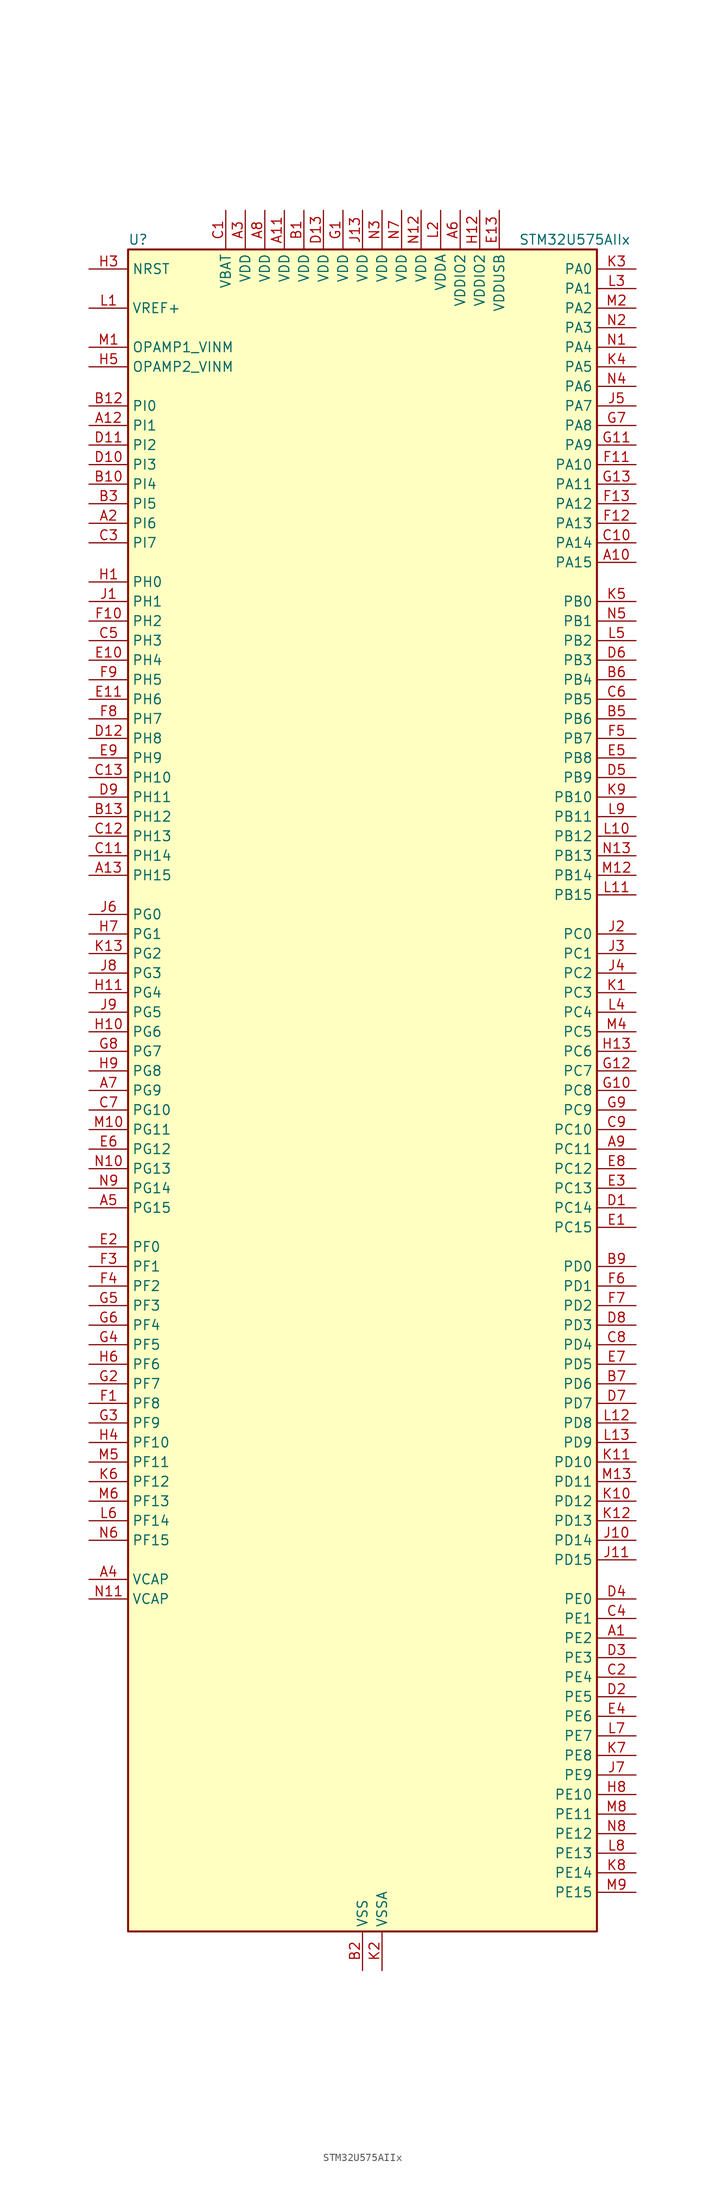
<source format=kicad_sym>
(kicad_symbol_lib
  (version 20220914)
  (generator kicad_symbol_editor)
  (symbol "STM32U575AIIx"
    (property "Reference" "U"
      (at -30.48 110.49 0)
      (effects (font (size 1.27 1.27)) (justify left)))
    (property "Value" "STM32U575AIIx"
      (at 20.32 110.49 0)
      (effects (font (size 1.27 1.27)) (justify left)))
    (property "ki_locked" ""
      (at 0 0 0)
      (effects (font (size 1.27 1.27))))
    (symbol "STM32U575AIIx_0_1"
      (rectangle (start -30.48 -109.22) (end 30.48 109.22) (stroke (width 0.254) (type default)) (fill (type background))))
    (symbol "STM32U575AIIx_1_1"
      (pin bidirectional line (at 35.56 -71.12 180) (length 5.08) (name "PE2" (effects (font (size 1.27 1.27)))) (number "A1" (effects (font (size 1.27 1.27)))) (alternate "DEBUG_TRACECLK" bidirectional line) (alternate "FMC_A23" bidirectional line) (alternate "SAI1_CK1" bidirectional line) (alternate "SAI1_MCLK_A" bidirectional line) (alternate "TIM3_ETR" bidirectional line) (alternate "TSC_G7_IO1" bidirectional line))
      (pin bidirectional line (at 35.56 68.58 180) (length 5.08) (name "PA15" (effects (font (size 1.27 1.27)))) (number "A10" (effects (font (size 1.27 1.27)))) (alternate "ADC1_EXTI15" bidirectional line) (alternate "ADC4_EXTI15" bidirectional line) (alternate "DEBUG_JTDI" bidirectional line) (alternate "SAI2_FS_B" bidirectional line) (alternate "SPI1_NSS" bidirectional line) (alternate "SPI3_NSS" bidirectional line) (alternate "TIM2_CH1" bidirectional line) (alternate "TIM2_ETR" bidirectional line) (alternate "UART4_DE" bidirectional line) (alternate "UART4_RTS" bidirectional line) (alternate "UCPD1_CC1" bidirectional line) (alternate "USART2_RX" bidirectional line) (alternate "USART3_DE" bidirectional line) (alternate "USART3_RTS" bidirectional line))
      (pin power_in line (at -10.16 114.3 270) (length 5.08) (name "VDD" (effects (font (size 1.27 1.27)))) (number "A11" (effects (font (size 1.27 1.27)))))
      (pin bidirectional line (at -35.56 86.36 0) (length 5.08) (name "PI1" (effects (font (size 1.27 1.27)))) (number "A12" (effects (font (size 1.27 1.27)))) (alternate "DCMI_D8" bidirectional line) (alternate "OCTOSPIM_P2_IO2" bidirectional line) (alternate "PSSI_D8" bidirectional line) (alternate "SPI2_SCK" bidirectional line))
      (pin bidirectional line (at -35.56 27.94 0) (length 5.08) (name "PH15" (effects (font (size 1.27 1.27)))) (number "A13" (effects (font (size 1.27 1.27)))) (alternate "ADC1_EXTI15" bidirectional line) (alternate "ADC4_EXTI15" bidirectional line) (alternate "DCMI_D11" bidirectional line) (alternate "OCTOSPIM_P2_IO6" bidirectional line) (alternate "PSSI_D11" bidirectional line) (alternate "TIM8_CH3N" bidirectional line))
      (pin bidirectional line (at -35.56 73.66 0) (length 5.08) (name "PI6" (effects (font (size 1.27 1.27)))) (number "A2" (effects (font (size 1.27 1.27)))) (alternate "DCMI_D6" bidirectional line) (alternate "OCTOSPIM_P2_CLK" bidirectional line) (alternate "PSSI_D6" bidirectional line) (alternate "TIM8_CH2" bidirectional line))
      (pin power_in line (at -15.24 114.3 270) (length 5.08) (name "VDD" (effects (font (size 1.27 1.27)))) (number "A3" (effects (font (size 1.27 1.27)))))
      (pin power_out line (at -35.56 -63.5 0) (length 5.08) (name "VCAP" (effects (font (size 1.27 1.27)))) (number "A4" (effects (font (size 1.27 1.27)))))
      (pin bidirectional line (at -35.56 -15.24 0) (length 5.08) (name "PG15" (effects (font (size 1.27 1.27)))) (number "A5" (effects (font (size 1.27 1.27)))) (alternate "ADC1_EXTI15" bidirectional line) (alternate "ADC4_EXTI15" bidirectional line) (alternate "DCMI_D13" bidirectional line) (alternate "I2C1_SMBA" bidirectional line) (alternate "LPTIM1_CH1" bidirectional line) (alternate "OCTOSPIM_P2_DQS" bidirectional line) (alternate "PSSI_D13" bidirectional line))
      (pin power_in line (at 12.7 114.3 270) (length 5.08) (name "VDDIO2" (effects (font (size 1.27 1.27)))) (number "A6" (effects (font (size 1.27 1.27)))))
      (pin bidirectional line (at -35.56 0 0) (length 5.08) (name "PG9" (effects (font (size 1.27 1.27)))) (number "A7" (effects (font (size 1.27 1.27)))) (alternate "DAC1_EXTI9" bidirectional line) (alternate "FMC_NCE" bidirectional line) (alternate "FMC_NE2" bidirectional line) (alternate "OCTOSPIM_P2_IO6" bidirectional line) (alternate "SAI2_SCK_A" bidirectional line) (alternate "SPI3_SCK" bidirectional line) (alternate "TIM15_CH1N" bidirectional line) (alternate "USART1_TX" bidirectional line))
      (pin power_in line (at -12.7 114.3 270) (length 5.08) (name "VDD" (effects (font (size 1.27 1.27)))) (number "A8" (effects (font (size 1.27 1.27)))))
      (pin bidirectional line (at 35.56 -7.62 180) (length 5.08) (name "PC11" (effects (font (size 1.27 1.27)))) (number "A9" (effects (font (size 1.27 1.27)))) (alternate "ADC1_EXTI11" bidirectional line) (alternate "ADF1_SDI0" bidirectional line) (alternate "DCMI_D2" bidirectional line) (alternate "DCMI_D4" bidirectional line) (alternate "LPTIM3_IN1" bidirectional line) (alternate "OCTOSPIM_P1_NCS" bidirectional line) (alternate "PSSI_D2" bidirectional line) (alternate "PSSI_D4" bidirectional line) (alternate "SAI2_MCLK_B" bidirectional line) (alternate "SDMMC1_D3" bidirectional line) (alternate "SPI3_MISO" bidirectional line) (alternate "TSC_G3_IO3" bidirectional line) (alternate "UART4_RX" bidirectional line) (alternate "UCPD1_FRSTX2" bidirectional line) (alternate "USART3_RX" bidirectional line))
      (pin power_in line (at -7.62 114.3 270) (length 5.08) (name "VDD" (effects (font (size 1.27 1.27)))) (number "B1" (effects (font (size 1.27 1.27)))))
      (pin bidirectional line (at -35.56 78.74 0) (length 5.08) (name "PI4" (effects (font (size 1.27 1.27)))) (number "B10" (effects (font (size 1.27 1.27)))) (alternate "DCMI_D5" bidirectional line) (alternate "PSSI_D5" bidirectional line) (alternate "SPI2_RDY" bidirectional line) (alternate "TIM8_BKIN" bidirectional line))
      (pin passive line (at 0 -114.3 90) (length 5.08) hide (name "VSS" (effects (font (size 1.27 1.27)))) (number "B11" (effects (font (size 1.27 1.27)))))
      (pin bidirectional line (at -35.56 88.9 0) (length 5.08) (name "PI0" (effects (font (size 1.27 1.27)))) (number "B12" (effects (font (size 1.27 1.27)))) (alternate "DCMI_D13" bidirectional line) (alternate "OCTOSPIM_P1_IO5" bidirectional line) (alternate "PSSI_D13" bidirectional line) (alternate "SPI2_NSS" bidirectional line) (alternate "TIM5_CH4" bidirectional line))
      (pin bidirectional line (at -35.56 35.56 0) (length 5.08) (name "PH12" (effects (font (size 1.27 1.27)))) (number "B13" (effects (font (size 1.27 1.27)))) (alternate "DCMI_D3" bidirectional line) (alternate "OCTOSPIM_P2_IO7" bidirectional line) (alternate "PSSI_D3" bidirectional line) (alternate "TIM5_CH3" bidirectional line) (alternate "TIM8_CH4N" bidirectional line))
      (pin power_in line (at 0 -114.3 90) (length 5.08) (name "VSS" (effects (font (size 1.27 1.27)))) (number "B2" (effects (font (size 1.27 1.27)))))
      (pin bidirectional line (at -35.56 76.2 0) (length 5.08) (name "PI5" (effects (font (size 1.27 1.27)))) (number "B3" (effects (font (size 1.27 1.27)))) (alternate "DCMI_VSYNC" bidirectional line) (alternate "OCTOSPIM_P2_NCS" bidirectional line) (alternate "PSSI_RDY" bidirectional line) (alternate "TIM8_CH1" bidirectional line))
      (pin passive line (at 0 -114.3 90) (length 5.08) hide (name "VSS" (effects (font (size 1.27 1.27)))) (number "B4" (effects (font (size 1.27 1.27)))))
      (pin bidirectional line (at 35.56 48.26 180) (length 5.08) (name "PB6" (effects (font (size 1.27 1.27)))) (number "B5" (effects (font (size 1.27 1.27)))) (alternate "COMP2_INP" bidirectional line) (alternate "DCMI_D5" bidirectional line) (alternate "I2C1_SCL" bidirectional line) (alternate "I2C4_SCL" bidirectional line) (alternate "LPTIM1_ETR" bidirectional line) (alternate "MDF1_SDI5" bidirectional line) (alternate "PSSI_D5" bidirectional line) (alternate "PWR_WKUP3" bidirectional line) (alternate "SAI1_FS_B" bidirectional line) (alternate "TIM16_CH1N" bidirectional line) (alternate "TIM4_CH1" bidirectional line) (alternate "TIM8_BKIN2" bidirectional line) (alternate "TSC_G2_IO3" bidirectional line) (alternate "USART1_TX" bidirectional line))
      (pin bidirectional line (at 35.56 53.34 180) (length 5.08) (name "PB4" (effects (font (size 1.27 1.27)))) (number "B6" (effects (font (size 1.27 1.27)))) (alternate "ADF1_SDI0" bidirectional line) (alternate "COMP2_INP" bidirectional line) (alternate "DCMI_D12" bidirectional line) (alternate "DEBUG_JTRST" bidirectional line) (alternate "I2C3_SDA" bidirectional line) (alternate "LPTIM1_CH2" bidirectional line) (alternate "PSSI_D12" bidirectional line) (alternate "SAI1_MCLK_B" bidirectional line) (alternate "SDMMC2_D3" bidirectional line) (alternate "SPI1_MISO" bidirectional line) (alternate "SPI3_MISO" bidirectional line) (alternate "TIM17_BKIN" bidirectional line) (alternate "TIM3_CH1" bidirectional line) (alternate "TSC_G2_IO1" bidirectional line) (alternate "UART5_DE" bidirectional line) (alternate "UART5_RTS" bidirectional line) (alternate "USART1_CTS" bidirectional line))
      (pin bidirectional line (at 35.56 -38.1 180) (length 5.08) (name "PD6" (effects (font (size 1.27 1.27)))) (number "B7" (effects (font (size 1.27 1.27)))) (alternate "DCMI_D10" bidirectional line) (alternate "FMC_NWAIT" bidirectional line) (alternate "MDF1_SDI1" bidirectional line) (alternate "OCTOSPIM_P1_IO6" bidirectional line) (alternate "PSSI_D10" bidirectional line) (alternate "SAI1_D1" bidirectional line) (alternate "SAI1_SD_A" bidirectional line) (alternate "SDMMC2_CK" bidirectional line) (alternate "SPI3_MOSI" bidirectional line) (alternate "USART2_RX" bidirectional line))
      (pin passive line (at 0 -114.3 90) (length 5.08) hide (name "VSS" (effects (font (size 1.27 1.27)))) (number "B8" (effects (font (size 1.27 1.27)))))
      (pin bidirectional line (at 35.56 -22.86 180) (length 5.08) (name "PD0" (effects (font (size 1.27 1.27)))) (number "B9" (effects (font (size 1.27 1.27)))) (alternate "FDCAN1_RX" bidirectional line) (alternate "FMC_D2" bidirectional line) (alternate "FMC_DA2" bidirectional line) (alternate "SPI2_NSS" bidirectional line) (alternate "TIM8_CH4N" bidirectional line))
      (pin power_in line (at -17.78 114.3 270) (length 5.08) (name "VBAT" (effects (font (size 1.27 1.27)))) (number "C1" (effects (font (size 1.27 1.27)))))
      (pin bidirectional line (at 35.56 71.12 180) (length 5.08) (name "PA14" (effects (font (size 1.27 1.27)))) (number "C10" (effects (font (size 1.27 1.27)))) (alternate "DEBUG_JTCK-SWCLK" bidirectional line) (alternate "I2C1_SMBA" bidirectional line) (alternate "I2C4_SMBA" bidirectional line) (alternate "LPTIM1_CH1" bidirectional line) (alternate "SAI1_FS_B" bidirectional line) (alternate "USB_OTG_FS_SOF" bidirectional line))
      (pin bidirectional line (at -35.56 30.48 0) (length 5.08) (name "PH14" (effects (font (size 1.27 1.27)))) (number "C11" (effects (font (size 1.27 1.27)))) (alternate "DCMI_D4" bidirectional line) (alternate "FDCAN1_RX" bidirectional line) (alternate "PSSI_D4" bidirectional line) (alternate "TIM8_CH2N" bidirectional line))
      (pin bidirectional line (at -35.56 33.02 0) (length 5.08) (name "PH13" (effects (font (size 1.27 1.27)))) (number "C12" (effects (font (size 1.27 1.27)))) (alternate "FDCAN1_TX" bidirectional line) (alternate "TIM8_CH1N" bidirectional line))
      (pin bidirectional line (at -35.56 40.64 0) (length 5.08) (name "PH10" (effects (font (size 1.27 1.27)))) (number "C13" (effects (font (size 1.27 1.27)))) (alternate "DCMI_D1" bidirectional line) (alternate "OCTOSPIM_P2_IO5" bidirectional line) (alternate "PSSI_D1" bidirectional line) (alternate "TIM5_CH1" bidirectional line))
      (pin bidirectional line (at 35.56 -76.2 180) (length 5.08) (name "PE4" (effects (font (size 1.27 1.27)))) (number "C2" (effects (font (size 1.27 1.27)))) (alternate "DCMI_D4" bidirectional line) (alternate "DEBUG_TRACED1" bidirectional line) (alternate "FMC_A20" bidirectional line) (alternate "MDF1_SDI3" bidirectional line) (alternate "PSSI_D4" bidirectional line) (alternate "PWR_WKUP1" bidirectional line) (alternate "SAI1_D2" bidirectional line) (alternate "SAI1_FS_A" bidirectional line) (alternate "TAMP_IN7" bidirectional line) (alternate "TAMP_OUT8" bidirectional line) (alternate "TIM3_CH2" bidirectional line) (alternate "TSC_G7_IO3" bidirectional line))
      (pin bidirectional line (at -35.56 71.12 0) (length 5.08) (name "PI7" (effects (font (size 1.27 1.27)))) (number "C3" (effects (font (size 1.27 1.27)))) (alternate "DCMI_D7" bidirectional line) (alternate "OCTOSPIM_P2_NCLK" bidirectional line) (alternate "PSSI_D7" bidirectional line) (alternate "TIM8_CH3" bidirectional line))
      (pin bidirectional line (at 35.56 -68.58 180) (length 5.08) (name "PE1" (effects (font (size 1.27 1.27)))) (number "C4" (effects (font (size 1.27 1.27)))) (alternate "DCMI_D3" bidirectional line) (alternate "FMC_NBL1" bidirectional line) (alternate "PSSI_D3" bidirectional line) (alternate "TIM17_CH1" bidirectional line))
      (pin bidirectional line (at -35.56 58.42 0) (length 5.08) (name "PH3" (effects (font (size 1.27 1.27)))) (number "C5" (effects (font (size 1.27 1.27)))))
      (pin bidirectional line (at 35.56 50.8 180) (length 5.08) (name "PB5" (effects (font (size 1.27 1.27)))) (number "C6" (effects (font (size 1.27 1.27)))) (alternate "COMP2_OUT" bidirectional line) (alternate "DCMI_D10" bidirectional line) (alternate "I2C1_SMBA" bidirectional line) (alternate "LPTIM1_IN1" bidirectional line) (alternate "OCTOSPIM_P1_NCLK" bidirectional line) (alternate "PSSI_D10" bidirectional line) (alternate "PWR_WKUP6" bidirectional line) (alternate "SAI1_SD_B" bidirectional line) (alternate "SPI1_MOSI" bidirectional line) (alternate "SPI3_MOSI" bidirectional line) (alternate "TIM16_BKIN" bidirectional line) (alternate "TIM3_CH2" bidirectional line) (alternate "TSC_G2_IO2" bidirectional line) (alternate "UART5_CTS" bidirectional line) (alternate "UCPD1_DBCC1" bidirectional line) (alternate "USART1_CK" bidirectional line))
      (pin bidirectional line (at -35.56 -2.54 0) (length 5.08) (name "PG10" (effects (font (size 1.27 1.27)))) (number "C7" (effects (font (size 1.27 1.27)))) (alternate "FMC_NE3" bidirectional line) (alternate "LPTIM1_IN1" bidirectional line) (alternate "OCTOSPIM_P2_IO7" bidirectional line) (alternate "SAI2_FS_A" bidirectional line) (alternate "SPI3_MISO" bidirectional line) (alternate "TIM15_CH1" bidirectional line) (alternate "USART1_RX" bidirectional line))
      (pin bidirectional line (at 35.56 -33.02 180) (length 5.08) (name "PD4" (effects (font (size 1.27 1.27)))) (number "C8" (effects (font (size 1.27 1.27)))) (alternate "FMC_NOE" bidirectional line) (alternate "MDF1_CKI0" bidirectional line) (alternate "OCTOSPIM_P1_IO4" bidirectional line) (alternate "SPI2_MOSI" bidirectional line) (alternate "USART2_DE" bidirectional line) (alternate "USART2_RTS" bidirectional line))
      (pin bidirectional line (at 35.56 -5.08 180) (length 5.08) (name "PC10" (effects (font (size 1.27 1.27)))) (number "C9" (effects (font (size 1.27 1.27)))) (alternate "ADF1_CCK1" bidirectional line) (alternate "DCMI_D8" bidirectional line) (alternate "DEBUG_TRACED1" bidirectional line) (alternate "LPTIM3_ETR" bidirectional line) (alternate "PSSI_D8" bidirectional line) (alternate "SAI2_SCK_B" bidirectional line) (alternate "SDMMC1_D2" bidirectional line) (alternate "SPI3_SCK" bidirectional line) (alternate "TSC_G3_IO2" bidirectional line) (alternate "UART4_TX" bidirectional line) (alternate "USART3_TX" bidirectional line))
      (pin bidirectional line (at 35.56 -15.24 180) (length 5.08) (name "PC14" (effects (font (size 1.27 1.27)))) (number "D1" (effects (font (size 1.27 1.27)))) (alternate "RCC_OSC32_IN" bidirectional line))
      (pin bidirectional line (at -35.56 81.28 0) (length 5.08) (name "PI3" (effects (font (size 1.27 1.27)))) (number "D10" (effects (font (size 1.27 1.27)))) (alternate "DCMI_D10" bidirectional line) (alternate "OCTOSPIM_P2_IO0" bidirectional line) (alternate "PSSI_D10" bidirectional line) (alternate "SPI2_MOSI" bidirectional line) (alternate "TIM8_ETR" bidirectional line))
      (pin bidirectional line (at -35.56 83.82 0) (length 5.08) (name "PI2" (effects (font (size 1.27 1.27)))) (number "D11" (effects (font (size 1.27 1.27)))) (alternate "DCMI_D9" bidirectional line) (alternate "OCTOSPIM_P2_IO1" bidirectional line) (alternate "PSSI_D9" bidirectional line) (alternate "SPI2_MISO" bidirectional line) (alternate "TIM8_CH4" bidirectional line))
      (pin bidirectional line (at -35.56 45.72 0) (length 5.08) (name "PH8" (effects (font (size 1.27 1.27)))) (number "D12" (effects (font (size 1.27 1.27)))) (alternate "DCMI_HSYNC" bidirectional line) (alternate "I2C3_SDA" bidirectional line) (alternate "OCTOSPIM_P2_IO3" bidirectional line) (alternate "PSSI_DE" bidirectional line))
      (pin power_in line (at -5.08 114.3 270) (length 5.08) (name "VDD" (effects (font (size 1.27 1.27)))) (number "D13" (effects (font (size 1.27 1.27)))))
      (pin bidirectional line (at 35.56 -78.74 180) (length 5.08) (name "PE5" (effects (font (size 1.27 1.27)))) (number "D2" (effects (font (size 1.27 1.27)))) (alternate "DCMI_D6" bidirectional line) (alternate "DEBUG_TRACED2" bidirectional line) (alternate "FMC_A21" bidirectional line) (alternate "MDF1_CKI3" bidirectional line) (alternate "PSSI_D6" bidirectional line) (alternate "PWR_WKUP2" bidirectional line) (alternate "SAI1_CK2" bidirectional line) (alternate "SAI1_SCK_A" bidirectional line) (alternate "TAMP_IN8" bidirectional line) (alternate "TAMP_OUT7" bidirectional line) (alternate "TIM3_CH3" bidirectional line) (alternate "TSC_G7_IO4" bidirectional line))
      (pin bidirectional line (at 35.56 -73.66 180) (length 5.08) (name "PE3" (effects (font (size 1.27 1.27)))) (number "D3" (effects (font (size 1.27 1.27)))) (alternate "DEBUG_TRACED0" bidirectional line) (alternate "FMC_A19" bidirectional line) (alternate "OCTOSPIM_P1_DQS" bidirectional line) (alternate "SAI1_SD_B" bidirectional line) (alternate "TAMP_IN6" bidirectional line) (alternate "TAMP_OUT3" bidirectional line) (alternate "TIM3_CH1" bidirectional line) (alternate "TSC_G7_IO2" bidirectional line))
      (pin bidirectional line (at 35.56 -66.04 180) (length 5.08) (name "PE0" (effects (font (size 1.27 1.27)))) (number "D4" (effects (font (size 1.27 1.27)))) (alternate "DCMI_D2" bidirectional line) (alternate "FMC_NBL0" bidirectional line) (alternate "PSSI_D2" bidirectional line) (alternate "TIM16_CH1" bidirectional line) (alternate "TIM4_ETR" bidirectional line))
      (pin bidirectional line (at 35.56 40.64 180) (length 5.08) (name "PB9" (effects (font (size 1.27 1.27)))) (number "D5" (effects (font (size 1.27 1.27)))) (alternate "DAC1_EXTI9" bidirectional line) (alternate "DCMI_D7" bidirectional line) (alternate "FDCAN1_TX" bidirectional line) (alternate "I2C1_SDA" bidirectional line) (alternate "IR_OUT" bidirectional line) (alternate "PSSI_D7" bidirectional line) (alternate "SAI1_D2" bidirectional line) (alternate "SAI1_FS_A" bidirectional line) (alternate "SDMMC1_CDIR" bidirectional line) (alternate "SDMMC1_D5" bidirectional line) (alternate "SDMMC2_D5" bidirectional line) (alternate "SPI2_NSS" bidirectional line) (alternate "TIM17_CH1" bidirectional line) (alternate "TIM4_CH4" bidirectional line))
      (pin bidirectional line (at 35.56 55.88 180) (length 5.08) (name "PB3" (effects (font (size 1.27 1.27)))) (number "D6" (effects (font (size 1.27 1.27)))) (alternate "ADF1_CCK0" bidirectional line) (alternate "COMP2_INM" bidirectional line) (alternate "CRS_SYNC" bidirectional line) (alternate "DEBUG_JTDO-SWO" bidirectional line) (alternate "I2C1_SDA" bidirectional line) (alternate "LPTIM1_CH1" bidirectional line) (alternate "SAI1_SCK_B" bidirectional line) (alternate "SDMMC2_D2" bidirectional line) (alternate "SPI1_SCK" bidirectional line) (alternate "SPI3_SCK" bidirectional line) (alternate "TIM2_CH2" bidirectional line) (alternate "USART1_DE" bidirectional line) (alternate "USART1_RTS" bidirectional line))
      (pin bidirectional line (at 35.56 -40.64 180) (length 5.08) (name "PD7" (effects (font (size 1.27 1.27)))) (number "D7" (effects (font (size 1.27 1.27)))) (alternate "FMC_NCE" bidirectional line) (alternate "FMC_NE1" bidirectional line) (alternate "LPTIM4_OUT" bidirectional line) (alternate "MDF1_CKI1" bidirectional line) (alternate "OCTOSPIM_P1_IO7" bidirectional line) (alternate "SDMMC2_CMD" bidirectional line) (alternate "USART2_CK" bidirectional line))
      (pin bidirectional line (at 35.56 -30.48 180) (length 5.08) (name "PD3" (effects (font (size 1.27 1.27)))) (number "D8" (effects (font (size 1.27 1.27)))) (alternate "DCMI_D5" bidirectional line) (alternate "FMC_CLK" bidirectional line) (alternate "MDF1_SDI0" bidirectional line) (alternate "OCTOSPIM_P2_NCS" bidirectional line) (alternate "PSSI_D5" bidirectional line) (alternate "SPI2_MISO" bidirectional line) (alternate "SPI2_SCK" bidirectional line) (alternate "USART2_CTS" bidirectional line))
      (pin bidirectional line (at -35.56 38.1 0) (length 5.08) (name "PH11" (effects (font (size 1.27 1.27)))) (number "D9" (effects (font (size 1.27 1.27)))) (alternate "ADC1_EXTI11" bidirectional line) (alternate "DCMI_D2" bidirectional line) (alternate "OCTOSPIM_P2_IO6" bidirectional line) (alternate "PSSI_D2" bidirectional line) (alternate "TIM5_CH2" bidirectional line))
      (pin bidirectional line (at 35.56 -17.78 180) (length 5.08) (name "PC15" (effects (font (size 1.27 1.27)))) (number "E1" (effects (font (size 1.27 1.27)))) (alternate "ADC1_EXTI15" bidirectional line) (alternate "ADC4_EXTI15" bidirectional line) (alternate "RCC_OSC32_OUT" bidirectional line))
      (pin bidirectional line (at -35.56 55.88 0) (length 5.08) (name "PH4" (effects (font (size 1.27 1.27)))) (number "E10" (effects (font (size 1.27 1.27)))) (alternate "I2C2_SCL" bidirectional line) (alternate "OCTOSPIM_P2_DQS" bidirectional line) (alternate "PSSI_D14" bidirectional line))
      (pin bidirectional line (at -35.56 50.8 0) (length 5.08) (name "PH6" (effects (font (size 1.27 1.27)))) (number "E11" (effects (font (size 1.27 1.27)))) (alternate "DCMI_D8" bidirectional line) (alternate "I2C2_SMBA" bidirectional line) (alternate "OCTOSPIM_P2_CLK" bidirectional line) (alternate "PSSI_D8" bidirectional line))
      (pin passive line (at 0 -114.3 90) (length 5.08) hide (name "VSS" (effects (font (size 1.27 1.27)))) (number "E12" (effects (font (size 1.27 1.27)))))
      (pin power_in line (at 17.78 114.3 270) (length 5.08) (name "VDDUSB" (effects (font (size 1.27 1.27)))) (number "E13" (effects (font (size 1.27 1.27)))))
      (pin bidirectional line (at -35.56 -20.32 0) (length 5.08) (name "PF0" (effects (font (size 1.27 1.27)))) (number "E2" (effects (font (size 1.27 1.27)))) (alternate "FMC_A0" bidirectional line) (alternate "I2C2_SDA" bidirectional line) (alternate "OCTOSPIM_P2_IO0" bidirectional line))
      (pin bidirectional line (at 35.56 -12.7 180) (length 5.08) (name "PC13" (effects (font (size 1.27 1.27)))) (number "E3" (effects (font (size 1.27 1.27)))) (alternate "PWR_WKUP2" bidirectional line) (alternate "RTC_OUT1" bidirectional line) (alternate "RTC_TS" bidirectional line) (alternate "TAMP_IN1" bidirectional line) (alternate "TAMP_OUT2" bidirectional line))
      (pin bidirectional line (at 35.56 -81.28 180) (length 5.08) (name "PE6" (effects (font (size 1.27 1.27)))) (number "E4" (effects (font (size 1.27 1.27)))) (alternate "DCMI_D7" bidirectional line) (alternate "DEBUG_TRACED3" bidirectional line) (alternate "FMC_A22" bidirectional line) (alternate "PSSI_D7" bidirectional line) (alternate "PWR_WKUP3" bidirectional line) (alternate "SAI1_D1" bidirectional line) (alternate "SAI1_SD_A" bidirectional line) (alternate "TAMP_IN3" bidirectional line) (alternate "TAMP_OUT6" bidirectional line) (alternate "TIM3_CH4" bidirectional line))
      (pin bidirectional line (at 35.56 43.18 180) (length 5.08) (name "PB8" (effects (font (size 1.27 1.27)))) (number "E5" (effects (font (size 1.27 1.27)))) (alternate "DCMI_D6" bidirectional line) (alternate "FDCAN1_RX" bidirectional line) (alternate "I2C1_SCL" bidirectional line) (alternate "MDF1_CCK0" bidirectional line) (alternate "PSSI_D6" bidirectional line) (alternate "PWR_WKUP5" bidirectional line) (alternate "SAI1_CK1" bidirectional line) (alternate "SAI1_MCLK_A" bidirectional line) (alternate "SDMMC1_CKIN" bidirectional line) (alternate "SDMMC1_D4" bidirectional line) (alternate "SDMMC2_D4" bidirectional line) (alternate "SPI3_RDY" bidirectional line) (alternate "TIM16_CH1" bidirectional line) (alternate "TIM4_CH3" bidirectional line))
      (pin bidirectional line (at -35.56 -7.62 0) (length 5.08) (name "PG12" (effects (font (size 1.27 1.27)))) (number "E6" (effects (font (size 1.27 1.27)))) (alternate "FMC_NE4" bidirectional line) (alternate "LPTIM1_ETR" bidirectional line) (alternate "OCTOSPIM_P2_NCS" bidirectional line) (alternate "SAI2_SD_A" bidirectional line) (alternate "SPI3_NSS" bidirectional line) (alternate "USART1_DE" bidirectional line) (alternate "USART1_RTS" bidirectional line))
      (pin bidirectional line (at 35.56 -35.56 180) (length 5.08) (name "PD5" (effects (font (size 1.27 1.27)))) (number "E7" (effects (font (size 1.27 1.27)))) (alternate "FMC_NWE" bidirectional line) (alternate "OCTOSPIM_P1_IO5" bidirectional line) (alternate "SPI2_RDY" bidirectional line) (alternate "USART2_TX" bidirectional line))
      (pin bidirectional line (at 35.56 -10.16 180) (length 5.08) (name "PC12" (effects (font (size 1.27 1.27)))) (number "E8" (effects (font (size 1.27 1.27)))) (alternate "DCMI_D9" bidirectional line) (alternate "DEBUG_TRACED3" bidirectional line) (alternate "PSSI_D9" bidirectional line) (alternate "SAI2_SD_B" bidirectional line) (alternate "SDMMC1_CK" bidirectional line) (alternate "SPI3_MOSI" bidirectional line) (alternate "TSC_G3_IO4" bidirectional line) (alternate "UART5_TX" bidirectional line) (alternate "USART3_CK" bidirectional line))
      (pin bidirectional line (at -35.56 43.18 0) (length 5.08) (name "PH9" (effects (font (size 1.27 1.27)))) (number "E9" (effects (font (size 1.27 1.27)))) (alternate "DAC1_EXTI9" bidirectional line) (alternate "DCMI_D0" bidirectional line) (alternate "I2C3_SMBA" bidirectional line) (alternate "OCTOSPIM_P2_IO4" bidirectional line) (alternate "PSSI_D0" bidirectional line))
      (pin bidirectional line (at -35.56 -40.64 0) (length 5.08) (name "PF8" (effects (font (size 1.27 1.27)))) (number "F1" (effects (font (size 1.27 1.27)))) (alternate "FDCAN1_TX" bidirectional line) (alternate "OCTOSPIM_P1_IO0" bidirectional line) (alternate "PSSI_D14" bidirectional line) (alternate "SAI1_SCK_B" bidirectional line) (alternate "TIM5_CH3" bidirectional line))
      (pin bidirectional line (at -35.56 60.96 0) (length 5.08) (name "PH2" (effects (font (size 1.27 1.27)))) (number "F10" (effects (font (size 1.27 1.27)))) (alternate "OCTOSPIM_P1_IO4" bidirectional line))
      (pin bidirectional line (at 35.56 81.28 180) (length 5.08) (name "PA10" (effects (font (size 1.27 1.27)))) (number "F11" (effects (font (size 1.27 1.27)))) (alternate "CRS_SYNC" bidirectional line) (alternate "DCMI_D1" bidirectional line) (alternate "LPTIM2_IN2" bidirectional line) (alternate "PSSI_D1" bidirectional line) (alternate "SAI1_D1" bidirectional line) (alternate "SAI1_SD_A" bidirectional line) (alternate "TIM17_BKIN" bidirectional line) (alternate "TIM1_CH3" bidirectional line) (alternate "USART1_RX" bidirectional line) (alternate "USB_OTG_FS_ID" bidirectional line))
      (pin bidirectional line (at 35.56 73.66 180) (length 5.08) (name "PA13" (effects (font (size 1.27 1.27)))) (number "F12" (effects (font (size 1.27 1.27)))) (alternate "DEBUG_JTMS-SWDIO" bidirectional line) (alternate "IR_OUT" bidirectional line) (alternate "SAI1_SD_B" bidirectional line) (alternate "USB_OTG_FS_NOE" bidirectional line))
      (pin bidirectional line (at 35.56 76.2 180) (length 5.08) (name "PA12" (effects (font (size 1.27 1.27)))) (number "F13" (effects (font (size 1.27 1.27)))) (alternate "FDCAN1_TX" bidirectional line) (alternate "OCTOSPIM_P2_NCS" bidirectional line) (alternate "SPI1_MOSI" bidirectional line) (alternate "TIM1_ETR" bidirectional line) (alternate "USART1_DE" bidirectional line) (alternate "USART1_RTS" bidirectional line) (alternate "USB_OTG_FS_DP" bidirectional line))
      (pin passive line (at 0 -114.3 90) (length 5.08) hide (name "VSS" (effects (font (size 1.27 1.27)))) (number "F2" (effects (font (size 1.27 1.27)))))
      (pin bidirectional line (at -35.56 -22.86 0) (length 5.08) (name "PF1" (effects (font (size 1.27 1.27)))) (number "F3" (effects (font (size 1.27 1.27)))) (alternate "FMC_A1" bidirectional line) (alternate "I2C2_SCL" bidirectional line) (alternate "OCTOSPIM_P2_IO1" bidirectional line))
      (pin bidirectional line (at -35.56 -25.4 0) (length 5.08) (name "PF2" (effects (font (size 1.27 1.27)))) (number "F4" (effects (font (size 1.27 1.27)))) (alternate "FMC_A2" bidirectional line) (alternate "I2C2_SMBA" bidirectional line) (alternate "LPTIM3_CH2" bidirectional line) (alternate "OCTOSPIM_P2_IO2" bidirectional line) (alternate "PWR_WKUP8" bidirectional line))
      (pin bidirectional line (at 35.56 45.72 180) (length 5.08) (name "PB7" (effects (font (size 1.27 1.27)))) (number "F5" (effects (font (size 1.27 1.27)))) (alternate "COMP2_INM" bidirectional line) (alternate "DCMI_VSYNC" bidirectional line) (alternate "FMC_NL" bidirectional line) (alternate "I2C1_SDA" bidirectional line) (alternate "I2C4_SDA" bidirectional line) (alternate "LPTIM1_IN2" bidirectional line) (alternate "MDF1_CKI5" bidirectional line) (alternate "PSSI_RDY" bidirectional line) (alternate "PWR_PVD_IN" bidirectional line) (alternate "PWR_WKUP4" bidirectional line) (alternate "TIM17_CH1N" bidirectional line) (alternate "TIM4_CH2" bidirectional line) (alternate "TIM8_BKIN" bidirectional line) (alternate "TSC_G2_IO4" bidirectional line) (alternate "UART4_CTS" bidirectional line) (alternate "USART1_RX" bidirectional line))
      (pin bidirectional line (at 35.56 -25.4 180) (length 5.08) (name "PD1" (effects (font (size 1.27 1.27)))) (number "F6" (effects (font (size 1.27 1.27)))) (alternate "FDCAN1_TX" bidirectional line) (alternate "FMC_D3" bidirectional line) (alternate "FMC_DA3" bidirectional line) (alternate "SPI2_SCK" bidirectional line))
      (pin bidirectional line (at 35.56 -27.94 180) (length 5.08) (name "PD2" (effects (font (size 1.27 1.27)))) (number "F7" (effects (font (size 1.27 1.27)))) (alternate "DCMI_D11" bidirectional line) (alternate "DEBUG_TRACED2" bidirectional line) (alternate "LPTIM4_ETR" bidirectional line) (alternate "PSSI_D11" bidirectional line) (alternate "SDMMC1_CMD" bidirectional line) (alternate "TIM3_ETR" bidirectional line) (alternate "TSC_SYNC" bidirectional line) (alternate "UART5_RX" bidirectional line) (alternate "USART3_DE" bidirectional line) (alternate "USART3_RTS" bidirectional line))
      (pin bidirectional line (at -35.56 48.26 0) (length 5.08) (name "PH7" (effects (font (size 1.27 1.27)))) (number "F8" (effects (font (size 1.27 1.27)))) (alternate "DCMI_D9" bidirectional line) (alternate "I2C3_SCL" bidirectional line) (alternate "OCTOSPIM_P2_NCLK" bidirectional line) (alternate "PSSI_D9" bidirectional line))
      (pin bidirectional line (at -35.56 53.34 0) (length 5.08) (name "PH5" (effects (font (size 1.27 1.27)))) (number "F9" (effects (font (size 1.27 1.27)))) (alternate "DCMI_PIXCLK" bidirectional line) (alternate "I2C2_SDA" bidirectional line) (alternate "PSSI_PDCK" bidirectional line))
      (pin power_in line (at -2.54 114.3 270) (length 5.08) (name "VDD" (effects (font (size 1.27 1.27)))) (number "G1" (effects (font (size 1.27 1.27)))))
      (pin bidirectional line (at 35.56 0 180) (length 5.08) (name "PC8" (effects (font (size 1.27 1.27)))) (number "G10" (effects (font (size 1.27 1.27)))) (alternate "DCMI_D2" bidirectional line) (alternate "LPTIM3_CH1" bidirectional line) (alternate "PSSI_D2" bidirectional line) (alternate "PWR_SRDSTOP" bidirectional line) (alternate "SDMMC1_D0" bidirectional line) (alternate "TIM3_CH3" bidirectional line) (alternate "TIM8_CH3" bidirectional line) (alternate "TSC_G4_IO3" bidirectional line))
      (pin bidirectional line (at 35.56 83.82 180) (length 5.08) (name "PA9" (effects (font (size 1.27 1.27)))) (number "G11" (effects (font (size 1.27 1.27)))) (alternate "DAC1_EXTI9" bidirectional line) (alternate "DCMI_D0" bidirectional line) (alternate "PSSI_D0" bidirectional line) (alternate "SAI1_FS_A" bidirectional line) (alternate "SPI2_SCK" bidirectional line) (alternate "TIM15_BKIN" bidirectional line) (alternate "TIM1_CH2" bidirectional line) (alternate "USART1_TX" bidirectional line) (alternate "USB_OTG_FS_VBUS" bidirectional line))
      (pin bidirectional line (at 35.56 2.54 180) (length 5.08) (name "PC7" (effects (font (size 1.27 1.27)))) (number "G12" (effects (font (size 1.27 1.27)))) (alternate "DCMI_D1" bidirectional line) (alternate "LPTIM2_CH2" bidirectional line) (alternate "MDF1_SDI3" bidirectional line) (alternate "PSSI_D1" bidirectional line) (alternate "PWR_CDSTOP" bidirectional line) (alternate "SAI2_MCLK_B" bidirectional line) (alternate "SDMMC1_D123DIR" bidirectional line) (alternate "SDMMC1_D7" bidirectional line) (alternate "SDMMC2_D7" bidirectional line) (alternate "TIM3_CH2" bidirectional line) (alternate "TIM8_CH2" bidirectional line) (alternate "TSC_G4_IO2" bidirectional line))
      (pin bidirectional line (at 35.56 78.74 180) (length 5.08) (name "PA11" (effects (font (size 1.27 1.27)))) (number "G13" (effects (font (size 1.27 1.27)))) (alternate "ADC1_EXTI11" bidirectional line) (alternate "FDCAN1_RX" bidirectional line) (alternate "SPI1_MISO" bidirectional line) (alternate "TIM1_BKIN2" bidirectional line) (alternate "TIM1_CH4" bidirectional line) (alternate "USART1_CTS" bidirectional line) (alternate "USB_OTG_FS_DM" bidirectional line))
      (pin bidirectional line (at -35.56 -38.1 0) (length 5.08) (name "PF7" (effects (font (size 1.27 1.27)))) (number "G2" (effects (font (size 1.27 1.27)))) (alternate "FDCAN1_RX" bidirectional line) (alternate "OCTOSPIM_P1_IO2" bidirectional line) (alternate "SAI1_MCLK_B" bidirectional line) (alternate "TIM5_CH2" bidirectional line))
      (pin bidirectional line (at -35.56 -43.18 0) (length 5.08) (name "PF9" (effects (font (size 1.27 1.27)))) (number "G3" (effects (font (size 1.27 1.27)))) (alternate "DAC1_EXTI9" bidirectional line) (alternate "OCTOSPIM_P1_IO1" bidirectional line) (alternate "PSSI_D15" bidirectional line) (alternate "SAI1_FS_B" bidirectional line) (alternate "TIM15_CH1" bidirectional line) (alternate "TIM5_CH4" bidirectional line))
      (pin bidirectional line (at -35.56 -33.02 0) (length 5.08) (name "PF5" (effects (font (size 1.27 1.27)))) (number "G4" (effects (font (size 1.27 1.27)))) (alternate "FMC_A5" bidirectional line) (alternate "LPTIM3_CH1" bidirectional line) (alternate "OCTOSPIM_P2_NCLK" bidirectional line))
      (pin bidirectional line (at -35.56 -27.94 0) (length 5.08) (name "PF3" (effects (font (size 1.27 1.27)))) (number "G5" (effects (font (size 1.27 1.27)))) (alternate "FMC_A3" bidirectional line) (alternate "LPTIM3_IN1" bidirectional line) (alternate "OCTOSPIM_P2_IO3" bidirectional line))
      (pin bidirectional line (at -35.56 -30.48 0) (length 5.08) (name "PF4" (effects (font (size 1.27 1.27)))) (number "G6" (effects (font (size 1.27 1.27)))) (alternate "FMC_A4" bidirectional line) (alternate "LPTIM3_ETR" bidirectional line) (alternate "OCTOSPIM_P2_CLK" bidirectional line))
      (pin bidirectional line (at 35.56 86.36 180) (length 5.08) (name "PA8" (effects (font (size 1.27 1.27)))) (number "G7" (effects (font (size 1.27 1.27)))) (alternate "DEBUG_TRACECLK" bidirectional line) (alternate "LPTIM2_CH1" bidirectional line) (alternate "RCC_MCO" bidirectional line) (alternate "SAI1_CK2" bidirectional line) (alternate "SAI1_SCK_A" bidirectional line) (alternate "SPI1_RDY" bidirectional line) (alternate "TIM1_CH1" bidirectional line) (alternate "USART1_CK" bidirectional line) (alternate "USB_OTG_FS_SOF" bidirectional line))
      (pin bidirectional line (at -35.56 5.08 0) (length 5.08) (name "PG7" (effects (font (size 1.27 1.27)))) (number "G8" (effects (font (size 1.27 1.27)))) (alternate "FMC_INT" bidirectional line) (alternate "I2C3_SCL" bidirectional line) (alternate "LPUART1_TX" bidirectional line) (alternate "MDF1_CCK0" bidirectional line) (alternate "OCTOSPIM_P2_DQS" bidirectional line) (alternate "SAI1_CK1" bidirectional line) (alternate "SAI1_MCLK_A" bidirectional line) (alternate "UCPD1_FRSTX2" bidirectional line))
      (pin bidirectional line (at 35.56 -2.54 180) (length 5.08) (name "PC9" (effects (font (size 1.27 1.27)))) (number "G9" (effects (font (size 1.27 1.27)))) (alternate "DAC1_EXTI9" bidirectional line) (alternate "DCMI_D3" bidirectional line) (alternate "DEBUG_TRACED0" bidirectional line) (alternate "LPTIM3_CH2" bidirectional line) (alternate "PSSI_D3" bidirectional line) (alternate "SDMMC1_D1" bidirectional line) (alternate "TIM3_CH4" bidirectional line) (alternate "TIM8_BKIN2" bidirectional line) (alternate "TIM8_CH4" bidirectional line) (alternate "TSC_G4_IO4" bidirectional line) (alternate "USB_OTG_FS_NOE" bidirectional line))
      (pin bidirectional line (at -35.56 66.04 0) (length 5.08) (name "PH0" (effects (font (size 1.27 1.27)))) (number "H1" (effects (font (size 1.27 1.27)))) (alternate "RCC_OSC_IN" bidirectional line))
      (pin bidirectional line (at -35.56 7.62 0) (length 5.08) (name "PG6" (effects (font (size 1.27 1.27)))) (number "H10" (effects (font (size 1.27 1.27)))) (alternate "I2C3_SMBA" bidirectional line) (alternate "LPUART1_DE" bidirectional line) (alternate "LPUART1_RTS" bidirectional line) (alternate "OCTOSPIM_P1_DQS" bidirectional line) (alternate "SPI1_RDY" bidirectional line) (alternate "UCPD1_FRSTX1" bidirectional line))
      (pin bidirectional line (at -35.56 12.7 0) (length 5.08) (name "PG4" (effects (font (size 1.27 1.27)))) (number "H11" (effects (font (size 1.27 1.27)))) (alternate "FMC_A14" bidirectional line) (alternate "SAI2_MCLK_B" bidirectional line) (alternate "SPI1_MOSI" bidirectional line))
      (pin power_in line (at 15.24 114.3 270) (length 5.08) (name "VDDIO2" (effects (font (size 1.27 1.27)))) (number "H12" (effects (font (size 1.27 1.27)))))
      (pin bidirectional line (at 35.56 5.08 180) (length 5.08) (name "PC6" (effects (font (size 1.27 1.27)))) (number "H13" (effects (font (size 1.27 1.27)))) (alternate "DCMI_D0" bidirectional line) (alternate "MDF1_CKI3" bidirectional line) (alternate "PSSI_D0" bidirectional line) (alternate "PWR_CSLEEP" bidirectional line) (alternate "SAI2_MCLK_A" bidirectional line) (alternate "SDMMC1_D0DIR" bidirectional line) (alternate "SDMMC1_D6" bidirectional line) (alternate "SDMMC2_D6" bidirectional line) (alternate "TIM3_CH1" bidirectional line) (alternate "TIM8_CH1" bidirectional line) (alternate "TSC_G4_IO1" bidirectional line))
      (pin passive line (at 0 -114.3 90) (length 5.08) hide (name "VSS" (effects (font (size 1.27 1.27)))) (number "H2" (effects (font (size 1.27 1.27)))))
      (pin input line (at -35.56 106.68 0) (length 5.08) (name "NRST" (effects (font (size 1.27 1.27)))) (number "H3" (effects (font (size 1.27 1.27)))))
      (pin bidirectional line (at -35.56 -45.72 0) (length 5.08) (name "PF10" (effects (font (size 1.27 1.27)))) (number "H4" (effects (font (size 1.27 1.27)))) (alternate "DCMI_D11" bidirectional line) (alternate "MDF1_CCK1" bidirectional line) (alternate "OCTOSPIM_P1_CLK" bidirectional line) (alternate "PSSI_D11" bidirectional line) (alternate "PSSI_D15" bidirectional line) (alternate "SAI1_D3" bidirectional line) (alternate "TIM15_CH2" bidirectional line))
      (pin bidirectional line (at -35.56 93.98 0) (length 5.08) (name "OPAMP2_VINM" (effects (font (size 1.27 1.27)))) (number "H5" (effects (font (size 1.27 1.27)))) (alternate "OPAMP2_VINM" bidirectional line))
      (pin bidirectional line (at -35.56 -35.56 0) (length 5.08) (name "PF6" (effects (font (size 1.27 1.27)))) (number "H6" (effects (font (size 1.27 1.27)))) (alternate "DCMI_D12" bidirectional line) (alternate "OCTOSPIM_P1_IO3" bidirectional line) (alternate "OCTOSPIM_P2_NCS" bidirectional line) (alternate "PSSI_D12" bidirectional line) (alternate "SAI1_SD_B" bidirectional line) (alternate "TIM5_CH1" bidirectional line) (alternate "TIM5_ETR" bidirectional line))
      (pin bidirectional line (at -35.56 20.32 0) (length 5.08) (name "PG1" (effects (font (size 1.27 1.27)))) (number "H7" (effects (font (size 1.27 1.27)))) (alternate "ADC4_IN8" bidirectional line) (alternate "FMC_A11" bidirectional line) (alternate "OCTOSPIM_P2_IO5" bidirectional line) (alternate "TSC_G8_IO4" bidirectional line))
      (pin bidirectional line (at 35.56 -91.44 180) (length 5.08) (name "PE10" (effects (font (size 1.27 1.27)))) (number "H8" (effects (font (size 1.27 1.27)))) (alternate "ADF1_SDI0" bidirectional line) (alternate "FMC_D7" bidirectional line) (alternate "FMC_DA7" bidirectional line) (alternate "MDF1_SDI4" bidirectional line) (alternate "OCTOSPIM_P1_CLK" bidirectional line) (alternate "SAI1_MCLK_B" bidirectional line) (alternate "TIM1_CH2N" bidirectional line) (alternate "TSC_G5_IO1" bidirectional line))
      (pin bidirectional line (at -35.56 2.54 0) (length 5.08) (name "PG8" (effects (font (size 1.27 1.27)))) (number "H9" (effects (font (size 1.27 1.27)))) (alternate "I2C3_SDA" bidirectional line) (alternate "LPUART1_RX" bidirectional line))
      (pin bidirectional line (at -35.56 63.5 0) (length 5.08) (name "PH1" (effects (font (size 1.27 1.27)))) (number "J1" (effects (font (size 1.27 1.27)))) (alternate "RCC_OSC_OUT" bidirectional line))
      (pin bidirectional line (at 35.56 -58.42 180) (length 5.08) (name "PD14" (effects (font (size 1.27 1.27)))) (number "J10" (effects (font (size 1.27 1.27)))) (alternate "FMC_D0" bidirectional line) (alternate "FMC_DA0" bidirectional line) (alternate "LPTIM3_CH1" bidirectional line) (alternate "TIM4_CH3" bidirectional line))
      (pin bidirectional line (at 35.56 -60.96 180) (length 5.08) (name "PD15" (effects (font (size 1.27 1.27)))) (number "J11" (effects (font (size 1.27 1.27)))) (alternate "ADC1_EXTI15" bidirectional line) (alternate "ADC4_EXTI15" bidirectional line) (alternate "FMC_D1" bidirectional line) (alternate "FMC_DA1" bidirectional line) (alternate "LPTIM3_CH2" bidirectional line) (alternate "TIM4_CH4" bidirectional line))
      (pin passive line (at 0 -114.3 90) (length 5.08) hide (name "VSS" (effects (font (size 1.27 1.27)))) (number "J12" (effects (font (size 1.27 1.27)))))
      (pin power_in line (at 0 114.3 270) (length 5.08) (name "VDD" (effects (font (size 1.27 1.27)))) (number "J13" (effects (font (size 1.27 1.27)))))
      (pin bidirectional line (at 35.56 20.32 180) (length 5.08) (name "PC0" (effects (font (size 1.27 1.27)))) (number "J2" (effects (font (size 1.27 1.27)))) (alternate "ADC1_IN1" bidirectional line) (alternate "ADC4_IN1" bidirectional line) (alternate "I2C3_SCL" bidirectional line) (alternate "LPTIM1_IN1" bidirectional line) (alternate "LPTIM2_IN1" bidirectional line) (alternate "LPUART1_RX" bidirectional line) (alternate "MDF1_SDI4" bidirectional line) (alternate "OCTOSPIM_P1_IO7" bidirectional line) (alternate "SAI2_FS_A" bidirectional line) (alternate "SDMMC1_D5" bidirectional line) (alternate "SPI2_RDY" bidirectional line))
      (pin bidirectional line (at 35.56 17.78 180) (length 5.08) (name "PC1" (effects (font (size 1.27 1.27)))) (number "J3" (effects (font (size 1.27 1.27)))) (alternate "ADC1_IN2" bidirectional line) (alternate "ADC4_IN2" bidirectional line) (alternate "DEBUG_TRACED0" bidirectional line) (alternate "I2C3_SDA" bidirectional line) (alternate "LPTIM1_CH1" bidirectional line) (alternate "LPUART1_TX" bidirectional line) (alternate "MDF1_CKI4" bidirectional line) (alternate "OCTOSPIM_P1_IO4" bidirectional line) (alternate "SAI1_SD_A" bidirectional line) (alternate "SDMMC2_CK" bidirectional line) (alternate "SPI2_MOSI" bidirectional line))
      (pin bidirectional line (at 35.56 15.24 180) (length 5.08) (name "PC2" (effects (font (size 1.27 1.27)))) (number "J4" (effects (font (size 1.27 1.27)))) (alternate "ADC1_IN3" bidirectional line) (alternate "ADC4_IN3" bidirectional line) (alternate "LPTIM1_IN2" bidirectional line) (alternate "MDF1_CCK1" bidirectional line) (alternate "OCTOSPIM_P1_IO5" bidirectional line) (alternate "SPI2_MISO" bidirectional line))
      (pin bidirectional line (at 35.56 88.9 180) (length 5.08) (name "PA7" (effects (font (size 1.27 1.27)))) (number "J5" (effects (font (size 1.27 1.27)))) (alternate "ADC1_IN12" bidirectional line) (alternate "ADC4_IN20" bidirectional line) (alternate "I2C3_SCL" bidirectional line) (alternate "LPTIM2_CH2" bidirectional line) (alternate "OCTOSPIM_P1_IO2" bidirectional line) (alternate "OPAMP2_VINM" bidirectional line) (alternate "PWR_SRDSTOP" bidirectional line) (alternate "PWR_WKUP8" bidirectional line) (alternate "SPI1_MOSI" bidirectional line) (alternate "TIM17_CH1" bidirectional line) (alternate "TIM1_CH1N" bidirectional line) (alternate "TIM3_CH2" bidirectional line) (alternate "TIM8_CH1N" bidirectional line) (alternate "USART3_TX" bidirectional line))
      (pin bidirectional line (at -35.56 22.86 0) (length 5.08) (name "PG0" (effects (font (size 1.27 1.27)))) (number "J6" (effects (font (size 1.27 1.27)))) (alternate "ADC4_IN7" bidirectional line) (alternate "FMC_A10" bidirectional line) (alternate "OCTOSPIM_P2_IO4" bidirectional line) (alternate "TSC_G8_IO3" bidirectional line))
      (pin bidirectional line (at 35.56 -88.9 180) (length 5.08) (name "PE9" (effects (font (size 1.27 1.27)))) (number "J7" (effects (font (size 1.27 1.27)))) (alternate "ADF1_CCK0" bidirectional line) (alternate "DAC1_EXTI9" bidirectional line) (alternate "FMC_D6" bidirectional line) (alternate "FMC_DA6" bidirectional line) (alternate "MDF1_CCK0" bidirectional line) (alternate "OCTOSPIM_P1_NCLK" bidirectional line) (alternate "SAI1_FS_B" bidirectional line) (alternate "TIM1_CH1" bidirectional line))
      (pin bidirectional line (at -35.56 15.24 0) (length 5.08) (name "PG3" (effects (font (size 1.27 1.27)))) (number "J8" (effects (font (size 1.27 1.27)))) (alternate "FMC_A13" bidirectional line) (alternate "SAI2_FS_B" bidirectional line) (alternate "SPI1_MISO" bidirectional line))
      (pin bidirectional line (at -35.56 10.16 0) (length 5.08) (name "PG5" (effects (font (size 1.27 1.27)))) (number "J9" (effects (font (size 1.27 1.27)))) (alternate "FMC_A15" bidirectional line) (alternate "LPUART1_CTS" bidirectional line) (alternate "SAI2_SD_B" bidirectional line) (alternate "SPI1_NSS" bidirectional line))
      (pin bidirectional line (at 35.56 12.7 180) (length 5.08) (name "PC3" (effects (font (size 1.27 1.27)))) (number "K1" (effects (font (size 1.27 1.27)))) (alternate "ADC1_IN4" bidirectional line) (alternate "ADC4_IN4" bidirectional line) (alternate "LPTIM1_ETR" bidirectional line) (alternate "LPTIM2_ETR" bidirectional line) (alternate "LPTIM3_CH1" bidirectional line) (alternate "OCTOSPIM_P1_IO6" bidirectional line) (alternate "SAI1_D1" bidirectional line) (alternate "SAI1_SD_A" bidirectional line) (alternate "SPI2_MOSI" bidirectional line))
      (pin bidirectional line (at 35.56 -53.34 180) (length 5.08) (name "PD12" (effects (font (size 1.27 1.27)))) (number "K10" (effects (font (size 1.27 1.27)))) (alternate "ADC4_IN16" bidirectional line) (alternate "FMC_A17" bidirectional line) (alternate "FMC_ALE" bidirectional line) (alternate "I2C4_SCL" bidirectional line) (alternate "LPTIM2_IN1" bidirectional line) (alternate "SAI2_FS_A" bidirectional line) (alternate "TIM4_CH1" bidirectional line) (alternate "TSC_G6_IO3" bidirectional line) (alternate "USART3_DE" bidirectional line) (alternate "USART3_RTS" bidirectional line))
      (pin bidirectional line (at 35.56 -48.26 180) (length 5.08) (name "PD10" (effects (font (size 1.27 1.27)))) (number "K11" (effects (font (size 1.27 1.27)))) (alternate "FMC_D15" bidirectional line) (alternate "FMC_DA15" bidirectional line) (alternate "LPTIM2_CH2" bidirectional line) (alternate "LPTIM3_ETR" bidirectional line) (alternate "SAI2_SCK_A" bidirectional line) (alternate "TSC_G6_IO1" bidirectional line) (alternate "USART3_CK" bidirectional line))
      (pin bidirectional line (at 35.56 -55.88 180) (length 5.08) (name "PD13" (effects (font (size 1.27 1.27)))) (number "K12" (effects (font (size 1.27 1.27)))) (alternate "ADC4_IN17" bidirectional line) (alternate "FMC_A18" bidirectional line) (alternate "I2C4_SDA" bidirectional line) (alternate "LPTIM2_CH1" bidirectional line) (alternate "LPTIM4_IN1" bidirectional line) (alternate "TIM4_CH2" bidirectional line) (alternate "TSC_G6_IO4" bidirectional line))
      (pin bidirectional line (at -35.56 17.78 0) (length 5.08) (name "PG2" (effects (font (size 1.27 1.27)))) (number "K13" (effects (font (size 1.27 1.27)))) (alternate "FMC_A12" bidirectional line) (alternate "SAI2_SCK_B" bidirectional line) (alternate "SPI1_SCK" bidirectional line))
      (pin power_in line (at 2.54 -114.3 90) (length 5.08) (name "VSSA" (effects (font (size 1.27 1.27)))) (number "K2" (effects (font (size 1.27 1.27)))))
      (pin bidirectional line (at 35.56 106.68 180) (length 5.08) (name "PA0" (effects (font (size 1.27 1.27)))) (number "K3" (effects (font (size 1.27 1.27)))) (alternate "ADC1_IN5" bidirectional line) (alternate "AUDIOCLK" bidirectional line) (alternate "OCTOSPIM_P2_NCS" bidirectional line) (alternate "OPAMP1_VINP" bidirectional line) (alternate "PWR_WKUP1" bidirectional line) (alternate "SDMMC2_CMD" bidirectional line) (alternate "SPI3_RDY" bidirectional line) (alternate "TAMP_IN2" bidirectional line) (alternate "TAMP_OUT1" bidirectional line) (alternate "TIM2_CH1" bidirectional line) (alternate "TIM2_ETR" bidirectional line) (alternate "TIM5_CH1" bidirectional line) (alternate "TIM8_ETR" bidirectional line) (alternate "UART4_TX" bidirectional line) (alternate "USART2_CTS" bidirectional line))
      (pin bidirectional line (at 35.56 93.98 180) (length 5.08) (name "PA5" (effects (font (size 1.27 1.27)))) (number "K4" (effects (font (size 1.27 1.27)))) (alternate "ADC1_IN10" bidirectional line) (alternate "ADC4_IN10" bidirectional line) (alternate "DAC1_OUT2" bidirectional line) (alternate "LPTIM2_ETR" bidirectional line) (alternate "PSSI_D14" bidirectional line) (alternate "PWR_CSLEEP" bidirectional line) (alternate "PWR_WKUP6" bidirectional line) (alternate "SPI1_SCK" bidirectional line) (alternate "TIM2_CH1" bidirectional line) (alternate "TIM2_ETR" bidirectional line) (alternate "TIM8_CH1N" bidirectional line) (alternate "USART3_RX" bidirectional line))
      (pin bidirectional line (at 35.56 63.5 180) (length 5.08) (name "PB0" (effects (font (size 1.27 1.27)))) (number "K5" (effects (font (size 1.27 1.27)))) (alternate "ADC1_IN15" bidirectional line) (alternate "ADC4_IN18" bidirectional line) (alternate "AUDIOCLK" bidirectional line) (alternate "COMP1_OUT" bidirectional line) (alternate "LPTIM3_CH1" bidirectional line) (alternate "OCTOSPIM_P1_IO1" bidirectional line) (alternate "OPAMP2_VOUT" bidirectional line) (alternate "SPI1_NSS" bidirectional line) (alternate "TIM1_CH2N" bidirectional line) (alternate "TIM3_CH3" bidirectional line) (alternate "TIM8_CH2N" bidirectional line) (alternate "USART3_CK" bidirectional line))
      (pin bidirectional line (at -35.56 -50.8 0) (length 5.08) (name "PF12" (effects (font (size 1.27 1.27)))) (number "K6" (effects (font (size 1.27 1.27)))) (alternate "FMC_A6" bidirectional line) (alternate "LPTIM4_ETR" bidirectional line) (alternate "OCTOSPIM_P2_DQS" bidirectional line))
      (pin bidirectional line (at 35.56 -86.36 180) (length 5.08) (name "PE8" (effects (font (size 1.27 1.27)))) (number "K7" (effects (font (size 1.27 1.27)))) (alternate "FMC_D5" bidirectional line) (alternate "FMC_DA5" bidirectional line) (alternate "MDF1_CKI2" bidirectional line) (alternate "PWR_WKUP7" bidirectional line) (alternate "SAI1_SCK_B" bidirectional line) (alternate "TIM1_CH1N" bidirectional line))
      (pin bidirectional line (at 35.56 -101.6 180) (length 5.08) (name "PE14" (effects (font (size 1.27 1.27)))) (number "K8" (effects (font (size 1.27 1.27)))) (alternate "FMC_D11" bidirectional line) (alternate "FMC_DA11" bidirectional line) (alternate "OCTOSPIM_P1_IO2" bidirectional line) (alternate "SPI1_MISO" bidirectional line) (alternate "TIM1_BKIN2" bidirectional line) (alternate "TIM1_CH4" bidirectional line))
      (pin bidirectional line (at 35.56 38.1 180) (length 5.08) (name "PB10" (effects (font (size 1.27 1.27)))) (number "K9" (effects (font (size 1.27 1.27)))) (alternate "COMP1_OUT" bidirectional line) (alternate "I2C2_SCL" bidirectional line) (alternate "I2C4_SCL" bidirectional line) (alternate "LPTIM3_CH1" bidirectional line) (alternate "LPUART1_RX" bidirectional line) (alternate "OCTOSPIM_P1_CLK" bidirectional line) (alternate "PWR_WKUP8" bidirectional line) (alternate "SAI1_SCK_A" bidirectional line) (alternate "SPI2_SCK" bidirectional line) (alternate "TIM2_CH3" bidirectional line) (alternate "TSC_SYNC" bidirectional line) (alternate "USART3_TX" bidirectional line))
      (pin input line (at -35.56 101.6 0) (length 5.08) (name "VREF+" (effects (font (size 1.27 1.27)))) (number "L1" (effects (font (size 1.27 1.27)))) (alternate "VREFBUF_OUT" bidirectional line))
      (pin bidirectional line (at 35.56 33.02 180) (length 5.08) (name "PB12" (effects (font (size 1.27 1.27)))) (number "L10" (effects (font (size 1.27 1.27)))) (alternate "I2C2_SMBA" bidirectional line) (alternate "LPUART1_DE" bidirectional line) (alternate "LPUART1_RTS" bidirectional line) (alternate "MDF1_SDI1" bidirectional line) (alternate "OCTOSPIM_P1_NCLK" bidirectional line) (alternate "SAI2_FS_A" bidirectional line) (alternate "SPI2_NSS" bidirectional line) (alternate "TIM15_BKIN" bidirectional line) (alternate "TIM1_BKIN" bidirectional line) (alternate "TSC_G1_IO1" bidirectional line) (alternate "USART3_CK" bidirectional line))
      (pin bidirectional line (at 35.56 25.4 180) (length 5.08) (name "PB15" (effects (font (size 1.27 1.27)))) (number "L11" (effects (font (size 1.27 1.27)))) (alternate "ADC1_EXTI15" bidirectional line) (alternate "ADC4_EXTI15" bidirectional line) (alternate "FMC_NBL1" bidirectional line) (alternate "LPTIM2_IN2" bidirectional line) (alternate "MDF1_CKI2" bidirectional line) (alternate "PWR_WKUP7" bidirectional line) (alternate "RTC_REFIN" bidirectional line) (alternate "SAI2_SD_A" bidirectional line) (alternate "SDMMC2_D1" bidirectional line) (alternate "SPI2_MOSI" bidirectional line) (alternate "TIM15_CH2" bidirectional line) (alternate "TIM1_CH3N" bidirectional line) (alternate "TIM8_CH3N" bidirectional line) (alternate "UCPD1_CC2" bidirectional line))
      (pin bidirectional line (at 35.56 -43.18 180) (length 5.08) (name "PD8" (effects (font (size 1.27 1.27)))) (number "L12" (effects (font (size 1.27 1.27)))) (alternate "DCMI_HSYNC" bidirectional line) (alternate "FMC_D13" bidirectional line) (alternate "FMC_DA13" bidirectional line) (alternate "PSSI_DE" bidirectional line) (alternate "USART3_TX" bidirectional line))
      (pin bidirectional line (at 35.56 -45.72 180) (length 5.08) (name "PD9" (effects (font (size 1.27 1.27)))) (number "L13" (effects (font (size 1.27 1.27)))) (alternate "DAC1_EXTI9" bidirectional line) (alternate "DCMI_PIXCLK" bidirectional line) (alternate "FMC_D14" bidirectional line) (alternate "FMC_DA14" bidirectional line) (alternate "LPTIM2_IN2" bidirectional line) (alternate "LPTIM3_IN1" bidirectional line) (alternate "PSSI_PDCK" bidirectional line) (alternate "SAI2_MCLK_A" bidirectional line) (alternate "USART3_RX" bidirectional line))
      (pin power_in line (at 10.16 114.3 270) (length 5.08) (name "VDDA" (effects (font (size 1.27 1.27)))) (number "L2" (effects (font (size 1.27 1.27)))))
      (pin bidirectional line (at 35.56 104.14 180) (length 5.08) (name "PA1" (effects (font (size 1.27 1.27)))) (number "L3" (effects (font (size 1.27 1.27)))) (alternate "ADC1_IN6" bidirectional line) (alternate "I2C1_SMBA" bidirectional line) (alternate "LPTIM1_CH2" bidirectional line) (alternate "OCTOSPIM_P1_DQS" bidirectional line) (alternate "OPAMP1_VINM" bidirectional line) (alternate "PWR_WKUP3" bidirectional line) (alternate "SPI1_SCK" bidirectional line) (alternate "TAMP_IN5" bidirectional line) (alternate "TAMP_OUT4" bidirectional line) (alternate "TIM15_CH1N" bidirectional line) (alternate "TIM2_CH2" bidirectional line) (alternate "TIM5_CH2" bidirectional line) (alternate "UART4_RX" bidirectional line) (alternate "USART2_DE" bidirectional line) (alternate "USART2_RTS" bidirectional line))
      (pin bidirectional line (at 35.56 10.16 180) (length 5.08) (name "PC4" (effects (font (size 1.27 1.27)))) (number "L4" (effects (font (size 1.27 1.27)))) (alternate "ADC1_IN13" bidirectional line) (alternate "ADC4_IN22" bidirectional line) (alternate "COMP1_INM" bidirectional line) (alternate "OCTOSPIM_P1_IO7" bidirectional line) (alternate "USART3_TX" bidirectional line))
      (pin bidirectional line (at 35.56 58.42 180) (length 5.08) (name "PB2" (effects (font (size 1.27 1.27)))) (number "L5" (effects (font (size 1.27 1.27)))) (alternate "ADC1_IN17" bidirectional line) (alternate "COMP1_INP" bidirectional line) (alternate "I2C3_SMBA" bidirectional line) (alternate "LPTIM1_CH1" bidirectional line) (alternate "MDF1_CKI0" bidirectional line) (alternate "OCTOSPIM_P1_DQS" bidirectional line) (alternate "PWR_WKUP1" bidirectional line) (alternate "RTC_OUT2" bidirectional line) (alternate "SPI1_RDY" bidirectional line) (alternate "TIM8_CH4N" bidirectional line) (alternate "UCPD1_FRSTX1" bidirectional line))
      (pin bidirectional line (at -35.56 -55.88 0) (length 5.08) (name "PF14" (effects (font (size 1.27 1.27)))) (number "L6" (effects (font (size 1.27 1.27)))) (alternate "ADC4_IN5" bidirectional line) (alternate "FMC_A8" bidirectional line) (alternate "I2C4_SCL" bidirectional line) (alternate "TSC_G8_IO1" bidirectional line))
      (pin bidirectional line (at 35.56 -83.82 180) (length 5.08) (name "PE7" (effects (font (size 1.27 1.27)))) (number "L7" (effects (font (size 1.27 1.27)))) (alternate "FMC_D4" bidirectional line) (alternate "FMC_DA4" bidirectional line) (alternate "MDF1_SDI2" bidirectional line) (alternate "PWR_WKUP6" bidirectional line) (alternate "SAI1_SD_B" bidirectional line) (alternate "TIM1_ETR" bidirectional line))
      (pin bidirectional line (at 35.56 -99.06 180) (length 5.08) (name "PE13" (effects (font (size 1.27 1.27)))) (number "L8" (effects (font (size 1.27 1.27)))) (alternate "FMC_D10" bidirectional line) (alternate "FMC_DA10" bidirectional line) (alternate "MDF1_CKI5" bidirectional line) (alternate "OCTOSPIM_P1_IO1" bidirectional line) (alternate "SPI1_SCK" bidirectional line) (alternate "TIM1_CH3" bidirectional line) (alternate "TSC_G5_IO4" bidirectional line))
      (pin bidirectional line (at 35.56 35.56 180) (length 5.08) (name "PB11" (effects (font (size 1.27 1.27)))) (number "L9" (effects (font (size 1.27 1.27)))) (alternate "ADC1_EXTI11" bidirectional line) (alternate "COMP2_OUT" bidirectional line) (alternate "I2C2_SDA" bidirectional line) (alternate "I2C4_SDA" bidirectional line) (alternate "LPUART1_TX" bidirectional line) (alternate "OCTOSPIM_P1_NCS" bidirectional line) (alternate "SPI2_RDY" bidirectional line) (alternate "TIM2_CH4" bidirectional line) (alternate "USART3_RX" bidirectional line))
      (pin bidirectional line (at -35.56 96.52 0) (length 5.08) (name "OPAMP1_VINM" (effects (font (size 1.27 1.27)))) (number "M1" (effects (font (size 1.27 1.27)))) (alternate "OPAMP1_VINM" bidirectional line))
      (pin bidirectional line (at -35.56 -5.08 0) (length 5.08) (name "PG11" (effects (font (size 1.27 1.27)))) (number "M10" (effects (font (size 1.27 1.27)))) (alternate "ADC1_EXTI11" bidirectional line) (alternate "LPTIM1_IN2" bidirectional line) (alternate "OCTOSPIM_P1_IO5" bidirectional line) (alternate "SAI2_MCLK_A" bidirectional line) (alternate "SPI3_MOSI" bidirectional line) (alternate "TIM15_CH2" bidirectional line) (alternate "USART1_CTS" bidirectional line))
      (pin passive line (at 0 -114.3 90) (length 5.08) hide (name "VSS" (effects (font (size 1.27 1.27)))) (number "M11" (effects (font (size 1.27 1.27)))))
      (pin bidirectional line (at 35.56 27.94 180) (length 5.08) (name "PB14" (effects (font (size 1.27 1.27)))) (number "M12" (effects (font (size 1.27 1.27)))) (alternate "I2C2_SDA" bidirectional line) (alternate "LPTIM3_ETR" bidirectional line) (alternate "MDF1_SDI2" bidirectional line) (alternate "SAI2_MCLK_A" bidirectional line) (alternate "SDMMC2_D0" bidirectional line) (alternate "SPI2_MISO" bidirectional line) (alternate "TIM15_CH1" bidirectional line) (alternate "TIM1_CH2N" bidirectional line) (alternate "TIM8_CH2N" bidirectional line) (alternate "TSC_G1_IO3" bidirectional line) (alternate "UCPD1_DBCC2" bidirectional line) (alternate "USART3_DE" bidirectional line) (alternate "USART3_RTS" bidirectional line))
      (pin bidirectional line (at 35.56 -50.8 180) (length 5.08) (name "PD11" (effects (font (size 1.27 1.27)))) (number "M13" (effects (font (size 1.27 1.27)))) (alternate "ADC1_EXTI11" bidirectional line) (alternate "ADC4_IN15" bidirectional line) (alternate "FMC_A16" bidirectional line) (alternate "FMC_CLE" bidirectional line) (alternate "I2C4_SMBA" bidirectional line) (alternate "LPTIM2_ETR" bidirectional line) (alternate "SAI2_SD_A" bidirectional line) (alternate "TSC_G6_IO2" bidirectional line) (alternate "USART3_CTS" bidirectional line))
      (pin bidirectional line (at 35.56 101.6 180) (length 5.08) (name "PA2" (effects (font (size 1.27 1.27)))) (number "M2" (effects (font (size 1.27 1.27)))) (alternate "ADC1_IN7" bidirectional line) (alternate "COMP1_INP" bidirectional line) (alternate "LPUART1_TX" bidirectional line) (alternate "OCTOSPIM_P1_NCS" bidirectional line) (alternate "PWR_WKUP4" bidirectional line) (alternate "RCC_LSCO" bidirectional line) (alternate "SPI1_RDY" bidirectional line) (alternate "TIM15_CH1" bidirectional line) (alternate "TIM2_CH3" bidirectional line) (alternate "TIM5_CH3" bidirectional line) (alternate "UCPD1_FRSTX1" bidirectional line) (alternate "USART2_TX" bidirectional line))
      (pin passive line (at 0 -114.3 90) (length 5.08) hide (name "VSS" (effects (font (size 1.27 1.27)))) (number "M3" (effects (font (size 1.27 1.27)))))
      (pin bidirectional line (at 35.56 7.62 180) (length 5.08) (name "PC5" (effects (font (size 1.27 1.27)))) (number "M4" (effects (font (size 1.27 1.27)))) (alternate "ADC1_IN14" bidirectional line) (alternate "ADC4_IN23" bidirectional line) (alternate "COMP1_INP" bidirectional line) (alternate "PSSI_D15" bidirectional line) (alternate "PWR_WKUP5" bidirectional line) (alternate "SAI1_D3" bidirectional line) (alternate "TAMP_IN4" bidirectional line) (alternate "TAMP_OUT5" bidirectional line) (alternate "TIM1_CH4N" bidirectional line) (alternate "USART3_RX" bidirectional line))
      (pin bidirectional line (at -35.56 -48.26 0) (length 5.08) (name "PF11" (effects (font (size 1.27 1.27)))) (number "M5" (effects (font (size 1.27 1.27)))) (alternate "ADC1_EXTI11" bidirectional line) (alternate "DCMI_D12" bidirectional line) (alternate "LPTIM4_IN1" bidirectional line) (alternate "OCTOSPIM_P1_NCLK" bidirectional line) (alternate "PSSI_D12" bidirectional line))
      (pin bidirectional line (at -35.56 -53.34 0) (length 5.08) (name "PF13" (effects (font (size 1.27 1.27)))) (number "M6" (effects (font (size 1.27 1.27)))) (alternate "FMC_A7" bidirectional line) (alternate "I2C4_SMBA" bidirectional line) (alternate "LPTIM4_OUT" bidirectional line) (alternate "UCPD1_FRSTX2" bidirectional line))
      (pin passive line (at 0 -114.3 90) (length 5.08) hide (name "VSS" (effects (font (size 1.27 1.27)))) (number "M7" (effects (font (size 1.27 1.27)))))
      (pin bidirectional line (at 35.56 -93.98 180) (length 5.08) (name "PE11" (effects (font (size 1.27 1.27)))) (number "M8" (effects (font (size 1.27 1.27)))) (alternate "ADC1_EXTI11" bidirectional line) (alternate "FMC_D8" bidirectional line) (alternate "FMC_DA8" bidirectional line) (alternate "MDF1_CKI4" bidirectional line) (alternate "OCTOSPIM_P1_NCS" bidirectional line) (alternate "SPI1_RDY" bidirectional line) (alternate "TIM1_CH2" bidirectional line) (alternate "TSC_G5_IO2" bidirectional line))
      (pin bidirectional line (at 35.56 -104.14 180) (length 5.08) (name "PE15" (effects (font (size 1.27 1.27)))) (number "M9" (effects (font (size 1.27 1.27)))) (alternate "ADC1_EXTI15" bidirectional line) (alternate "ADC4_EXTI15" bidirectional line) (alternate "FMC_D12" bidirectional line) (alternate "FMC_DA12" bidirectional line) (alternate "OCTOSPIM_P1_IO3" bidirectional line) (alternate "SPI1_MOSI" bidirectional line) (alternate "TIM1_BKIN" bidirectional line) (alternate "TIM1_CH4N" bidirectional line))
      (pin bidirectional line (at 35.56 96.52 180) (length 5.08) (name "PA4" (effects (font (size 1.27 1.27)))) (number "N1" (effects (font (size 1.27 1.27)))) (alternate "ADC1_IN9" bidirectional line) (alternate "ADC4_IN9" bidirectional line) (alternate "DAC1_OUT1" bidirectional line) (alternate "DCMI_HSYNC" bidirectional line) (alternate "LPTIM2_CH1" bidirectional line) (alternate "OCTOSPIM_P1_NCS" bidirectional line) (alternate "PSSI_DE" bidirectional line) (alternate "PWR_WKUP2" bidirectional line) (alternate "SAI1_FS_B" bidirectional line) (alternate "SPI1_NSS" bidirectional line) (alternate "SPI3_NSS" bidirectional line) (alternate "USART2_CK" bidirectional line))
      (pin bidirectional line (at -35.56 -10.16 0) (length 5.08) (name "PG13" (effects (font (size 1.27 1.27)))) (number "N10" (effects (font (size 1.27 1.27)))) (alternate "FMC_A24" bidirectional line) (alternate "I2C1_SDA" bidirectional line) (alternate "SPI3_RDY" bidirectional line) (alternate "USART1_CK" bidirectional line))
      (pin power_out line (at -35.56 -66.04 0) (length 5.08) (name "VCAP" (effects (font (size 1.27 1.27)))) (number "N11" (effects (font (size 1.27 1.27)))))
      (pin power_in line (at 7.62 114.3 270) (length 5.08) (name "VDD" (effects (font (size 1.27 1.27)))) (number "N12" (effects (font (size 1.27 1.27)))))
      (pin bidirectional line (at 35.56 30.48 180) (length 5.08) (name "PB13" (effects (font (size 1.27 1.27)))) (number "N13" (effects (font (size 1.27 1.27)))) (alternate "I2C2_SCL" bidirectional line) (alternate "LPTIM3_IN1" bidirectional line) (alternate "LPUART1_CTS" bidirectional line) (alternate "MDF1_CKI1" bidirectional line) (alternate "SAI2_SCK_A" bidirectional line) (alternate "SPI2_SCK" bidirectional line) (alternate "TIM15_CH1N" bidirectional line) (alternate "TIM1_CH1N" bidirectional line) (alternate "TSC_G1_IO2" bidirectional line) (alternate "USART3_CTS" bidirectional line))
      (pin bidirectional line (at 35.56 99.06 180) (length 5.08) (name "PA3" (effects (font (size 1.27 1.27)))) (number "N2" (effects (font (size 1.27 1.27)))) (alternate "ADC1_IN8" bidirectional line) (alternate "LPUART1_RX" bidirectional line) (alternate "OCTOSPIM_P1_CLK" bidirectional line) (alternate "OPAMP1_VOUT" bidirectional line) (alternate "PWR_WKUP5" bidirectional line) (alternate "SAI1_CK1" bidirectional line) (alternate "SAI1_MCLK_A" bidirectional line) (alternate "TIM15_CH2" bidirectional line) (alternate "TIM2_CH4" bidirectional line) (alternate "TIM5_CH4" bidirectional line) (alternate "USART2_RX" bidirectional line))
      (pin power_in line (at 2.54 114.3 270) (length 5.08) (name "VDD" (effects (font (size 1.27 1.27)))) (number "N3" (effects (font (size 1.27 1.27)))))
      (pin bidirectional line (at 35.56 91.44 180) (length 5.08) (name "PA6" (effects (font (size 1.27 1.27)))) (number "N4" (effects (font (size 1.27 1.27)))) (alternate "ADC1_IN11" bidirectional line) (alternate "ADC4_IN11" bidirectional line) (alternate "DCMI_PIXCLK" bidirectional line) (alternate "LPUART1_CTS" bidirectional line) (alternate "OCTOSPIM_P1_IO3" bidirectional line) (alternate "OPAMP2_VINP" bidirectional line) (alternate "PSSI_PDCK" bidirectional line) (alternate "PWR_CDSTOP" bidirectional line) (alternate "PWR_WKUP7" bidirectional line) (alternate "SPI1_MISO" bidirectional line) (alternate "TIM16_CH1" bidirectional line) (alternate "TIM1_BKIN" bidirectional line) (alternate "TIM3_CH1" bidirectional line) (alternate "TIM8_BKIN" bidirectional line) (alternate "USART3_CTS" bidirectional line))
      (pin bidirectional line (at 35.56 60.96 180) (length 5.08) (name "PB1" (effects (font (size 1.27 1.27)))) (number "N5" (effects (font (size 1.27 1.27)))) (alternate "ADC1_IN16" bidirectional line) (alternate "ADC4_IN19" bidirectional line) (alternate "COMP1_INM" bidirectional line) (alternate "LPTIM2_IN1" bidirectional line) (alternate "LPTIM3_CH2" bidirectional line) (alternate "LPUART1_DE" bidirectional line) (alternate "LPUART1_RTS" bidirectional line) (alternate "MDF1_SDI0" bidirectional line) (alternate "OCTOSPIM_P1_IO0" bidirectional line) (alternate "PWR_WKUP4" bidirectional line) (alternate "TIM1_CH3N" bidirectional line) (alternate "TIM3_CH4" bidirectional line) (alternate "TIM8_CH3N" bidirectional line) (alternate "USART3_DE" bidirectional line) (alternate "USART3_RTS" bidirectional line))
      (pin bidirectional line (at -35.56 -58.42 0) (length 5.08) (name "PF15" (effects (font (size 1.27 1.27)))) (number "N6" (effects (font (size 1.27 1.27)))) (alternate "ADC1_EXTI15" bidirectional line) (alternate "ADC4_EXTI15" bidirectional line) (alternate "ADC4_IN6" bidirectional line) (alternate "FMC_A9" bidirectional line) (alternate "I2C4_SDA" bidirectional line) (alternate "TSC_G8_IO2" bidirectional line))
      (pin power_in line (at 5.08 114.3 270) (length 5.08) (name "VDD" (effects (font (size 1.27 1.27)))) (number "N7" (effects (font (size 1.27 1.27)))))
      (pin bidirectional line (at 35.56 -96.52 180) (length 5.08) (name "PE12" (effects (font (size 1.27 1.27)))) (number "N8" (effects (font (size 1.27 1.27)))) (alternate "FMC_D9" bidirectional line) (alternate "FMC_DA9" bidirectional line) (alternate "MDF1_SDI5" bidirectional line) (alternate "OCTOSPIM_P1_IO0" bidirectional line) (alternate "SPI1_NSS" bidirectional line) (alternate "TIM1_CH3N" bidirectional line) (alternate "TSC_G5_IO3" bidirectional line))
      (pin bidirectional line (at -35.56 -12.7 0) (length 5.08) (name "PG14" (effects (font (size 1.27 1.27)))) (number "N9" (effects (font (size 1.27 1.27)))) (alternate "FMC_A25" bidirectional line) (alternate "I2C1_SCL" bidirectional line) (alternate "LPTIM1_CH2" bidirectional line)))))
</source>
